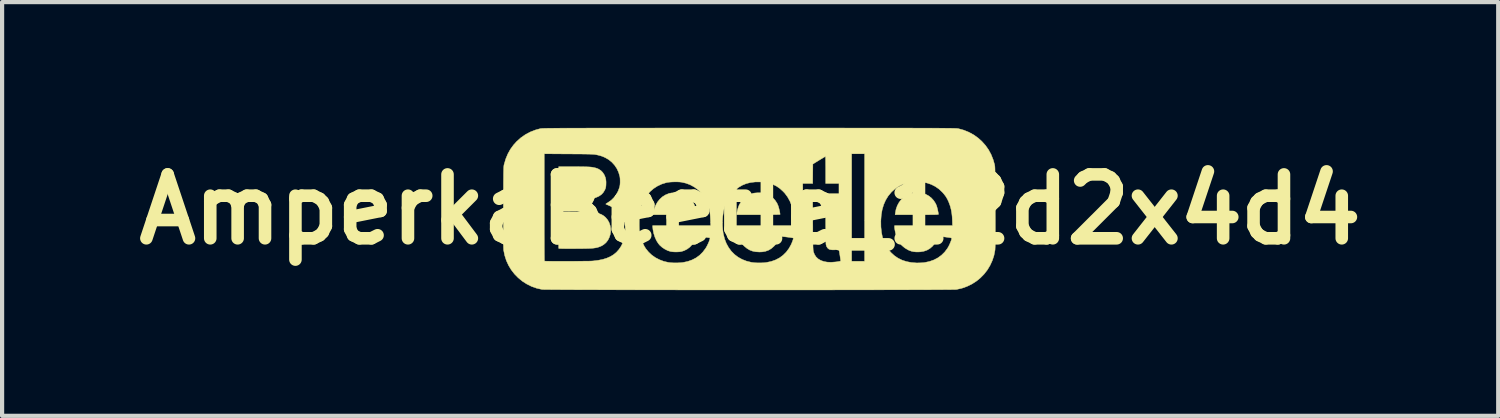
<source format=kicad_pcb>
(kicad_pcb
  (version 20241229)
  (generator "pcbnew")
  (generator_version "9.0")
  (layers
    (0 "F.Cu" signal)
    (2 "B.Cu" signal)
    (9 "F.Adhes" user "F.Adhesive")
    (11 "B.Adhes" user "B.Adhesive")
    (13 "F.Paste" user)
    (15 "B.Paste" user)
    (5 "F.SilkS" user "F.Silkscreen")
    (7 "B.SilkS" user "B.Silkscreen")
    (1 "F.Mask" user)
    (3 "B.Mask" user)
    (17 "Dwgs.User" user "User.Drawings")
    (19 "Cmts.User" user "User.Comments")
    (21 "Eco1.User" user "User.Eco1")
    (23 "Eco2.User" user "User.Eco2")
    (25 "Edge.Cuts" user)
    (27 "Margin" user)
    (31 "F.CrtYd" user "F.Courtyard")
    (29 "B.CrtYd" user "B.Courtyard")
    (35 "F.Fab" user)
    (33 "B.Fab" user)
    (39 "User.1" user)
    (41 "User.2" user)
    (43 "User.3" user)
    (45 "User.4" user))
  (footprint "AmperkaBeetle_12d2x4d4"
    (layer "F.Cu")
    (at 14.848 1.946)
    (property "Reference" "AmperkaBeetle_12d2x4d4" (at 0 0 0) (layer "F.SilkS") (effects (font (size 1.524 1.524) (thickness 0.3))))
    (attr through_hole)
    (fp_poly (pts (xy -1.717 -0.394) (xy -1.67 -0.388) (xy -1.652 -0.385) (xy -1.58 -0.36) (xy -1.512 -0.323) (xy -1.449 -0.274) (xy -1.395 -0.218) (xy -1.353 -0.155) (xy -1.347 -0.143) (xy -1.318 -0.074) (xy -1.296 0.003) (xy -1.282 0.081) (xy -1.282 0.081) (xy -1.276 0.127) (xy -2.312 0.127) (xy -2.306 0.085) (xy -2.287 -0.009) (xy -2.256 -0.095) (xy -2.212 -0.173) (xy -2.158 -0.241) (xy -2.095 -0.299) (xy -2.022 -0.345) (xy -1.942 -0.378) (xy -1.917 -0.385) (xy -1.877 -0.392) (xy -1.826 -0.396) (xy -1.771 -0.396) (xy -1.717 -0.394)) (stroke (width 0.01) (type solid)) (fill yes) (layer "F.SilkS"))
    (fp_poly (pts (xy 4.046 -0.395) (xy 4.09 -0.391) (xy 4.105 -0.388) (xy 4.183 -0.364) (xy 4.256 -0.325) (xy 4.321 -0.275) (xy 4.377 -0.214) (xy 4.423 -0.143) (xy 4.445 -0.095) (xy 4.453 -0.071) (xy 4.462 -0.038) (xy 4.472 0.001) (xy 4.48 0.04) (xy 4.487 0.076) (xy 4.492 0.104) (xy 4.493 0.115) (xy 4.491 0.118) (xy 4.485 0.12) (xy 4.475 0.121) (xy 4.458 0.123) (xy 4.434 0.124) (xy 4.402 0.125) (xy 4.361 0.126) (xy 4.309 0.126) (xy 4.245 0.127) (xy 4.169 0.127) (xy 4.079 0.127) (xy 3.976 0.127) (xy 3.459 0.127) (xy 3.464 0.085) (xy 3.481 -0.005) (xy 3.511 -0.09) (xy 3.553 -0.167) (xy 3.605 -0.235) (xy 3.666 -0.293) (xy 3.735 -0.34) (xy 3.811 -0.373) (xy 3.852 -0.385) (xy 3.891 -0.391) (xy 3.94 -0.395) (xy 3.994 -0.396) (xy 4.046 -0.395)) (stroke (width 0.01) (type solid)) (fill yes) (layer "F.SilkS"))
    (fp_poly (pts (xy 0.267 -0.395) (xy 0.312 -0.391) (xy 0.327 -0.388) (xy 0.403 -0.364) (xy 0.474 -0.326) (xy 0.539 -0.277) (xy 0.595 -0.217) (xy 0.64 -0.149) (xy 0.667 -0.089) (xy 0.677 -0.057) (xy 0.688 -0.018) (xy 0.698 0.023) (xy 0.706 0.063) (xy 0.712 0.097) (xy 0.714 0.12) (xy 0.714 0.12) (xy 0.707 0.121) (xy 0.684 0.122) (xy 0.649 0.123) (xy 0.601 0.124) (xy 0.543 0.125) (xy 0.475 0.126) (xy 0.398 0.126) (xy 0.315 0.127) (xy 0.227 0.127) (xy 0.198 0.127) (xy -0.318 0.127) (xy -0.317 0.101) (xy -0.314 0.069) (xy -0.306 0.028) (xy -0.294 -0.017) (xy -0.279 -0.062) (xy -0.263 -0.102) (xy -0.259 -0.111) (xy -0.214 -0.187) (xy -0.157 -0.253) (xy -0.092 -0.309) (xy -0.02 -0.352) (xy 0.058 -0.381) (xy 0.073 -0.385) (xy 0.113 -0.391) (xy 0.162 -0.395) (xy 0.216 -0.396) (xy 0.267 -0.395)) (stroke (width 0.01) (type solid)) (fill yes) (layer "F.SilkS"))
    (fp_poly (pts (xy -4.207 -1.019) (xy -4.115 -1.019) (xy -4.038 -1.018) (xy -3.974 -1.017) (xy -3.92 -1.016) (xy -3.876 -1.015) (xy -3.839 -1.013) (xy -3.808 -1.011) (xy -3.782 -1.008) (xy -3.762 -1.005) (xy -3.683 -0.988) (xy -3.617 -0.962) (xy -3.562 -0.927) (xy -3.517 -0.881) (xy -3.481 -0.825) (xy -3.476 -0.814) (xy -3.455 -0.763) (xy -3.443 -0.712) (xy -3.438 -0.655) (xy -3.439 -0.599) (xy -3.441 -0.56) (xy -3.445 -0.531) (xy -3.451 -0.506) (xy -3.461 -0.48) (xy -3.471 -0.459) (xy -3.505 -0.403) (xy -3.547 -0.357) (xy -3.601 -0.32) (xy -3.619 -0.31) (xy -3.657 -0.293) (xy -3.695 -0.279) (xy -3.737 -0.27) (xy -3.786 -0.262) (xy -3.847 -0.256) (xy -3.874 -0.254) (xy -3.916 -0.252) (xy -3.968 -0.25) (xy -4.026 -0.248) (xy -4.089 -0.247) (xy -4.155 -0.246) (xy -4.223 -0.246) (xy -4.289 -0.246) (xy -4.352 -0.246) (xy -4.411 -0.247) (xy -4.463 -0.248) (xy -4.507 -0.25) (xy -4.54 -0.252) (xy -4.561 -0.254) (xy -4.568 -0.256) (xy -4.569 -0.266) (xy -4.57 -0.29) (xy -4.57 -0.326) (xy -4.57 -0.374) (xy -4.571 -0.431) (xy -4.571 -0.497) (xy -4.57 -0.568) (xy -4.57 -0.643) (xy -4.568 -1.02) (xy -4.207 -1.019)) (stroke (width 0.01) (type solid)) (fill yes) (layer "F.SilkS"))
    (fp_poly (pts (xy -4.165 0.058) (xy -4.074 0.059) (xy -3.996 0.059) (xy -3.932 0.06) (xy -3.879 0.061) (xy -3.835 0.062) (xy -3.8 0.064) (xy -3.771 0.065) (xy -3.747 0.067) (xy -3.727 0.07) (xy -3.708 0.073) (xy -3.69 0.076) (xy -3.679 0.079) (xy -3.608 0.098) (xy -3.55 0.121) (xy -3.5 0.15) (xy -3.455 0.187) (xy -3.447 0.195) (xy -3.398 0.254) (xy -3.363 0.319) (xy -3.34 0.388) (xy -3.328 0.46) (xy -3.328 0.533) (xy -3.34 0.605) (xy -3.363 0.673) (xy -3.396 0.737) (xy -3.44 0.793) (xy -3.495 0.84) (xy -3.544 0.87) (xy -3.591 0.89) (xy -3.637 0.906) (xy -3.687 0.917) (xy -3.745 0.925) (xy -3.794 0.929) (xy -3.823 0.93) (xy -3.862 0.932) (xy -3.912 0.933) (xy -3.968 0.934) (xy -4.031 0.935) (xy -4.098 0.935) (xy -4.166 0.936) (xy -4.235 0.936) (xy -4.302 0.936) (xy -4.365 0.936) (xy -4.423 0.936) (xy -4.474 0.935) (xy -4.515 0.934) (xy -4.546 0.933) (xy -4.563 0.932) (xy -4.567 0.931) (xy -4.568 0.923) (xy -4.569 0.899) (xy -4.569 0.863) (xy -4.57 0.816) (xy -4.571 0.758) (xy -4.571 0.692) (xy -4.572 0.619) (xy -4.572 0.54) (xy -4.572 0.49) (xy -4.572 0.054) (xy -4.165 0.058)) (stroke (width 0.01) (type solid)) (fill yes) (layer "F.SilkS"))
    (fp_poly (pts (xy 0.315 -1.941) (xy 0.635 -1.941) (xy 0.939 -1.941) (xy 1.229 -1.941) (xy 1.504 -1.941) (xy 1.765 -1.941) (xy 2.013 -1.941) (xy 2.247 -1.941) (xy 2.469 -1.94) (xy 2.678 -1.94) (xy 2.874 -1.94) (xy 3.059 -1.94) (xy 3.233 -1.94) (xy 3.395 -1.94) (xy 3.547 -1.94) (xy 3.689 -1.94) (xy 3.82 -1.94) (xy 3.942 -1.939) (xy 4.055 -1.939) (xy 4.159 -1.939) (xy 4.255 -1.939) (xy 4.342 -1.938) (xy 4.422 -1.938) (xy 4.495 -1.938) (xy 4.56 -1.937) (xy 4.619 -1.937) (xy 4.672 -1.936) (xy 4.719 -1.936) (xy 4.76 -1.935) (xy 4.797 -1.935) (xy 4.828 -1.934) (xy 4.856 -1.934) (xy 4.879 -1.933) (xy 4.899 -1.932) (xy 4.915 -1.932) (xy 4.929 -1.931) (xy 4.94 -1.93) (xy 4.949 -1.929) (xy 4.956 -1.928) (xy 4.962 -1.928) (xy 4.966 -1.927) (xy 5.097 -1.891) (xy 5.22 -1.841) (xy 5.336 -1.777) (xy 5.443 -1.7) (xy 5.528 -1.623) (xy 5.615 -1.526) (xy 5.688 -1.422) (xy 5.749 -1.309) (xy 5.798 -1.186) (xy 5.831 -1.07) (xy 5.833 -1.06) (xy 5.835 -1.049) (xy 5.837 -1.035) (xy 5.839 -1.019) (xy 5.84 -0.998) (xy 5.841 -0.972) (xy 5.842 -0.94) (xy 5.843 -0.902) (xy 5.844 -0.856) (xy 5.844 -0.801) (xy 5.845 -0.737) (xy 5.846 -0.662) (xy 5.846 -0.577) (xy 5.847 -0.479) (xy 5.847 -0.369) (xy 5.847 -0.244) (xy 5.848 -0.105) (xy 5.848 -0.052) (xy 5.848 0.112) (xy 5.849 0.261) (xy 5.849 0.394) (xy 5.849 0.513) (xy 5.848 0.617) (xy 5.848 0.707) (xy 5.847 0.784) (xy 5.847 0.847) (xy 5.846 0.897) (xy 5.844 0.935) (xy 5.843 0.961) (xy 5.842 0.972) (xy 5.817 1.1) (xy 5.777 1.221) (xy 5.724 1.336) (xy 5.659 1.444) (xy 5.582 1.543) (xy 5.494 1.633) (xy 5.397 1.712) (xy 5.291 1.78) (xy 5.177 1.836) (xy 5.055 1.88) (xy 4.928 1.909) (xy 4.922 1.91) (xy 4.909 1.911) (xy 4.881 1.911) (xy 4.838 1.912) (xy 4.781 1.913) (xy 4.71 1.913) (xy 4.626 1.914) (xy 4.529 1.915) (xy 4.42 1.915) (xy 4.3 1.916) (xy 4.168 1.916) (xy 4.026 1.917) (xy 3.873 1.917) (xy 3.711 1.918) (xy 3.54 1.918) (xy 3.361 1.918) (xy 3.173 1.919) (xy 2.978 1.919) (xy 2.776 1.92) (xy 2.568 1.92) (xy 2.354 1.92) (xy 2.135 1.92) (xy 1.911 1.921) (xy 1.682 1.921) (xy 1.45 1.921) (xy 1.214 1.921) (xy 0.976 1.921) (xy 0.736 1.921) (xy 0.494 1.921) (xy 0.251 1.921) (xy 0.007 1.921) (xy -0.237 1.921) (xy -0.48 1.921) (xy -0.722 1.921) (xy -0.963 1.921) (xy -1.202 1.921) (xy -1.438 1.921) (xy -1.671 1.921) (xy -1.901 1.92) (xy -2.126 1.92) (xy -2.347 1.92) (xy -2.562 1.92) (xy -2.772 1.919) (xy -2.975 1.919) (xy -3.172 1.919) (xy -3.362 1.918) (xy -3.543 1.918) (xy -3.716 1.917) (xy -3.881 1.917) (xy -4.035 1.916) (xy -4.18 1.916) (xy -4.315 1.915) (xy -4.438 1.915) (xy -4.55 1.914) (xy -4.65 1.914) (xy -4.738 1.913) (xy -4.812 1.912) (xy -4.872 1.912) (xy -4.919 1.911) (xy -4.951 1.91) (xy -4.967 1.909) (xy -4.969 1.909) (xy -5.096 1.88) (xy -5.217 1.837) (xy -5.331 1.78) (xy -5.437 1.712) (xy -5.534 1.632) (xy -5.622 1.542) (xy -5.699 1.443) (xy -5.764 1.336) (xy -5.817 1.221) (xy -5.856 1.099) (xy -5.882 0.972) (xy -5.883 0.955) (xy -5.884 0.926) (xy -5.886 0.885) (xy -5.886 0.831) (xy -5.887 0.764) (xy -5.888 0.684) (xy -5.888 0.59) (xy -5.888 0.482) (xy -5.888 0.359) (xy -5.888 0.222) (xy -5.888 0.069) (xy -5.888 -0.049) (xy -4.913 -0.049) (xy -4.913 0.092) (xy -4.913 0.229) (xy -4.913 0.36) (xy -4.913 0.486) (xy -4.913 0.605) (xy -4.912 0.716) (xy -4.912 0.819) (xy -4.912 0.912) (xy -4.911 0.995) (xy -4.911 1.067) (xy -4.91 1.128) (xy -4.91 1.175) (xy -4.909 1.209) (xy -4.908 1.228) (xy -4.908 1.233) (xy -4.899 1.234) (xy -4.876 1.235) (xy -4.84 1.236) (xy -4.792 1.237) (xy -4.735 1.237) (xy -4.67 1.238) (xy -4.598 1.238) (xy -4.52 1.238) (xy -4.439 1.238) (xy -4.357 1.238) (xy -4.273 1.238) (xy -4.19 1.237) (xy -4.11 1.237) (xy -4.034 1.236) (xy -3.964 1.235) (xy -3.901 1.235) (xy -3.846 1.234) (xy -3.801 1.233) (xy -3.768 1.231) (xy -3.75 1.23) (xy -3.627 1.215) (xy -3.517 1.193) (xy -3.42 1.163) (xy -3.333 1.125) (xy -3.258 1.079) (xy -3.191 1.024) (xy -3.132 0.958) (xy -3.081 0.883) (xy -3.076 0.874) (xy -3.034 0.789) (xy -3.003 0.696) (xy -2.984 0.599) (xy -2.977 0.501) (xy -2.982 0.406) (xy -2.998 0.321) (xy -2.647 0.321) (xy -2.647 0.384) (xy -2.646 0.433) (xy -2.645 0.472) (xy -2.643 0.504) (xy -2.64 0.532) (xy -2.636 0.557) (xy -2.631 0.584) (xy -2.629 0.593) (xy -2.601 0.7) (xy -2.567 0.794) (xy -2.527 0.877) (xy -2.491 0.935) (xy -2.425 1.016) (xy -2.348 1.089) (xy -2.26 1.151) (xy -2.163 1.201) (xy -2.06 1.24) (xy -1.951 1.265) (xy -1.945 1.266) (xy -1.884 1.273) (xy -1.815 1.276) (xy -1.741 1.276) (xy -1.671 1.273) (xy -1.609 1.267) (xy -1.603 1.266) (xy -1.489 1.242) (xy -1.385 1.205) (xy -1.29 1.156) (xy -1.205 1.094) (xy -1.13 1.019) (xy -1.064 0.932) (xy -1.062 0.929) (xy -1.04 0.892) (xy -1.019 0.852) (xy -1 0.811) (xy -0.983 0.771) (xy -0.97 0.735) (xy -0.962 0.707) (xy -0.959 0.687) (xy -0.963 0.679) (xy -0.974 0.676) (xy -0.998 0.673) (xy -1.032 0.669) (xy -1.072 0.664) (xy -1.115 0.659) (xy -1.158 0.654) (xy -1.198 0.649) (xy -1.231 0.646) (xy -1.255 0.644) (xy -1.266 0.643) (xy -1.281 0.646) (xy -1.286 0.653) (xy -1.29 0.669) (xy -1.301 0.694) (xy -1.316 0.726) (xy -1.335 0.761) (xy -1.355 0.795) (xy -1.375 0.825) (xy -1.385 0.84) (xy -1.439 0.899) (xy -1.505 0.948) (xy -1.578 0.985) (xy -1.64 1.004) (xy -1.681 1.011) (xy -1.732 1.014) (xy -1.787 1.015) (xy -1.841 1.012) (xy -1.887 1.006) (xy -1.896 1.005) (xy -1.966 0.983) (xy -2.035 0.948) (xy -2.101 0.904) (xy -2.158 0.853) (xy -2.193 0.811) (xy -2.236 0.742) (xy -2.272 0.662) (xy -2.3 0.575) (xy -2.318 0.486) (xy -2.322 0.449) (xy -2.328 0.389) (xy -0.942 0.389) (xy -0.945 0.306) (xy -0.661 0.306) (xy -0.66 0.395) (xy -0.654 0.483) (xy -0.644 0.563) (xy -0.639 0.588) (xy -0.61 0.705) (xy -0.568 0.813) (xy -0.514 0.911) (xy -0.449 0.999) (xy -0.372 1.076) (xy -0.286 1.141) (xy -0.19 1.194) (xy -0.084 1.235) (xy 0.03 1.263) (xy 0.051 1.266) (xy 0.109 1.273) (xy 0.176 1.276) (xy 0.247 1.276) (xy 0.316 1.274) (xy 0.377 1.268) (xy 0.389 1.266) (xy 0.503 1.242) (xy 0.607 1.205) (xy 0.701 1.156) (xy 0.785 1.094) (xy 0.86 1.02) (xy 0.925 0.933) (xy 0.97 0.853) (xy 0.986 0.82) (xy 1.001 0.783) (xy 1.015 0.747) (xy 1.025 0.716) (xy 1.031 0.694) (xy 1.032 0.688) (xy 1.027 0.684) (xy 1.012 0.679) (xy 0.984 0.674) (xy 0.944 0.668) (xy 0.89 0.661) (xy 0.872 0.659) (xy 0.817 0.652) (xy 0.775 0.648) (xy 0.746 0.645) (xy 0.727 0.645) (xy 0.715 0.646) (xy 0.709 0.649) (xy 0.708 0.651) (xy 0.703 0.662) (xy 0.692 0.685) (xy 0.678 0.714) (xy 0.664 0.742) (xy 0.641 0.786) (xy 0.618 0.82) (xy 0.592 0.853) (xy 0.564 0.882) (xy 0.503 0.935) (xy 0.439 0.973) (xy 0.368 0.999) (xy 0.29 1.013) (xy 0.225 1.016) (xy 0.137 1.011) (xy 0.06 0.996) (xy -0.01 0.97) (xy -0.075 0.931) (xy -0.138 0.879) (xy -0.152 0.865) (xy -0.185 0.832) (xy -0.209 0.804) (xy -0.228 0.776) (xy -0.246 0.744) (xy -0.257 0.722) (xy -0.296 0.624) (xy -0.322 0.517) (xy -0.332 0.45) (xy -0.338 0.389) (xy 1.048 0.389) (xy 1.048 0.302) (xy 1.042 0.163) (xy 1.023 0.034) (xy 0.992 -0.086) (xy 0.949 -0.196) (xy 0.893 -0.297) (xy 0.826 -0.387) (xy 0.786 -0.429) (xy 0.709 -0.499) (xy 0.629 -0.554) (xy 0.543 -0.597) (xy 0.477 -0.619) (xy 1.254 -0.619) (xy 1.258 -0.377) (xy 1.375 -0.375) (xy 1.491 -0.373) (xy 1.494 0.296) (xy 1.495 0.417) (xy 1.495 0.524) (xy 1.496 0.616) (xy 1.497 0.696) (xy 1.497 0.764) (xy 1.498 0.822) (xy 1.499 0.869) (xy 1.5 0.908) (xy 1.502 0.939) (xy 1.503 0.963) (xy 1.505 0.982) (xy 1.507 0.996) (xy 1.509 1.006) (xy 1.509 1.008) (xy 1.535 1.076) (xy 1.573 1.134) (xy 1.623 1.181) (xy 1.684 1.217) (xy 1.756 1.243) (xy 1.838 1.258) (xy 1.931 1.262) (xy 2.035 1.254) (xy 2.07 1.25) (xy 2.105 1.244) (xy 2.134 1.239) (xy 2.153 1.236) (xy 2.159 1.234) (xy 2.159 1.226) (xy 2.157 1.205) (xy 2.153 1.175) (xy 2.148 1.139) (xy 2.142 1.099) (xy 2.136 1.058) (xy 2.13 1.021) (xy 2.124 0.989) (xy 2.12 0.967) (xy 2.117 0.956) (xy 2.117 0.956) (xy 2.109 0.956) (xy 2.089 0.958) (xy 2.062 0.961) (xy 2.056 0.962) (xy 2.003 0.966) (xy 1.953 0.965) (xy 1.911 0.959) (xy 1.881 0.949) (xy 1.849 0.923) (xy 1.824 0.886) (xy 1.81 0.839) (xy 1.81 0.836) (xy 1.808 0.82) (xy 1.807 0.789) (xy 1.806 0.745) (xy 1.805 0.689) (xy 1.804 0.621) (xy 1.803 0.544) (xy 1.803 0.458) (xy 1.802 0.364) (xy 1.802 0.265) (xy 1.802 0.208) (xy 1.802 -0.373) (xy 2.119 -0.373) (xy 2.119 -0.619) (xy 1.802 -0.619) (xy 1.802 -0.941) (xy 1.802 -1.01) (xy 1.801 -1.075) (xy 1.801 -1.132) (xy 1.8 -1.181) (xy 1.799 -1.22) (xy 1.798 -1.247) (xy 1.796 -1.261) (xy 1.796 -1.262) (xy 1.788 -1.258) (xy 1.768 -1.247) (xy 1.739 -1.23) (xy 1.702 -1.208) (xy 1.66 -1.183) (xy 1.643 -1.172) (xy 1.496 -1.082) (xy 1.492 -0.619) (xy 1.254 -0.619) (xy 0.477 -0.619) (xy 0.451 -0.628) (xy 0.349 -0.647) (xy 0.238 -0.656) (xy 0.119 -0.655) (xy 0.01 -0.642) (xy -0.09 -0.617) (xy -0.184 -0.579) (xy -0.272 -0.528) (xy -0.355 -0.463) (xy -0.391 -0.43) (xy -0.462 -0.352) (xy -0.522 -0.266) (xy -0.571 -0.173) (xy -0.609 -0.07) (xy -0.636 0.043) (xy -0.654 0.168) (xy -0.658 0.221) (xy -0.661 0.306) (xy -0.945 0.306) (xy -0.947 0.248) (xy -0.952 0.16) (xy -0.959 0.084) (xy -0.971 0.014) (xy -0.988 -0.054) (xy -1.005 -0.108) (xy -1.048 -0.214) (xy -1.104 -0.31) (xy -1.171 -0.396) (xy -1.249 -0.472) (xy -1.336 -0.536) (xy -1.432 -0.588) (xy -1.535 -0.626) (xy -1.645 -0.651) (xy -1.651 -0.651) (xy -1.694 -0.655) (xy -1.747 -0.657) (xy -1.805 -0.657) (xy -1.865 -0.655) (xy -1.921 -0.651) (xy -1.97 -0.645) (xy -2 -0.639) (xy -2.11 -0.605) (xy -2.212 -0.557) (xy -2.305 -0.497) (xy -2.389 -0.424) (xy -2.462 -0.341) (xy -2.523 -0.248) (xy -2.572 -0.144) (xy -2.588 -0.101) (xy -2.605 -0.047) (xy -2.619 0.001) (xy -2.629 0.045) (xy -2.637 0.091) (xy -2.642 0.139) (xy -2.645 0.195) (xy -2.646 0.261) (xy -2.647 0.321) (xy -2.998 0.321) (xy -2.999 0.315) (xy -3.008 0.286) (xy -3.043 0.2) (xy -3.089 0.125) (xy -3.148 0.056) (xy -3.165 0.039) (xy -3.235 -0.02) (xy -3.309 -0.066) (xy -3.387 -0.101) (xy -3.414 -0.112) (xy -3.435 -0.121) (xy -3.444 -0.127) (xy -3.445 -0.128) (xy -3.438 -0.134) (xy -3.422 -0.146) (xy -3.398 -0.16) (xy -3.392 -0.164) (xy -3.316 -0.217) (xy -3.249 -0.283) (xy -3.192 -0.358) (xy -3.148 -0.441) (xy -3.116 -0.53) (xy -3.111 -0.552) (xy -3.105 -0.59) (xy -3.102 -0.637) (xy -3.102 -0.689) (xy -3.104 -0.739) (xy -3.109 -0.781) (xy -3.111 -0.79) (xy -3.139 -0.885) (xy -3.18 -0.974) (xy -3.234 -1.055) (xy -3.3 -1.127) (xy -3.375 -1.188) (xy -3.46 -1.237) (xy -3.463 -1.238) (xy -3.51 -1.259) (xy -3.554 -1.275) (xy -3.602 -1.289) (xy -3.658 -1.302) (xy -3.683 -1.307) (xy -3.698 -1.309) (xy -3.715 -1.312) (xy -3.735 -1.314) (xy -3.761 -1.315) (xy -3.792 -1.317) (xy -3.83 -1.318) (xy -3.876 -1.319) (xy -3.932 -1.32) (xy -3.998 -1.321) (xy -4.076 -1.322) (xy -4.167 -1.322) (xy -4.272 -1.323) (xy -4.332 -1.323) (xy -4.734 -1.326) (xy 2.421 -1.326) (xy 2.421 1.238) (xy 2.731 1.238) (xy 2.731 0.268) (xy 3.118 0.268) (xy 3.12 0.413) (xy 3.121 0.427) (xy 3.134 0.552) (xy 3.157 0.665) (xy 3.191 0.769) (xy 3.236 0.863) (xy 3.292 0.95) (xy 3.361 1.031) (xy 3.441 1.104) (xy 3.529 1.164) (xy 3.625 1.211) (xy 3.73 1.245) (xy 3.844 1.267) (xy 3.967 1.277) (xy 3.993 1.277) (xy 4.041 1.276) (xy 4.092 1.274) (xy 4.14 1.27) (xy 4.169 1.266) (xy 4.281 1.242) (xy 4.385 1.205) (xy 4.48 1.155) (xy 4.566 1.092) (xy 4.642 1.017) (xy 4.707 0.931) (xy 4.726 0.899) (xy 4.741 0.871) (xy 4.758 0.836) (xy 4.774 0.798) (xy 4.789 0.761) (xy 4.801 0.728) (xy 4.808 0.703) (xy 4.81 0.693) (xy 4.809 0.687) (xy 4.803 0.683) (xy 4.791 0.679) (xy 4.77 0.674) (xy 4.738 0.67) (xy 4.695 0.664) (xy 4.665 0.66) (xy 4.607 0.653) (xy 4.563 0.648) (xy 4.531 0.645) (xy 4.509 0.644) (xy 4.495 0.644) (xy 4.488 0.646) (xy 4.485 0.649) (xy 4.485 0.651) (xy 4.481 0.662) (xy 4.473 0.683) (xy 4.46 0.711) (xy 4.453 0.725) (xy 4.406 0.807) (xy 4.353 0.876) (xy 4.291 0.93) (xy 4.222 0.971) (xy 4.145 0.998) (xy 4.059 1.013) (xy 4.031 1.014) (xy 3.961 1.015) (xy 3.901 1.009) (xy 3.846 0.997) (xy 3.792 0.977) (xy 3.766 0.965) (xy 3.688 0.918) (xy 3.619 0.86) (xy 3.562 0.79) (xy 3.516 0.709) (xy 3.499 0.67) (xy 3.485 0.63) (xy 3.472 0.582) (xy 3.461 0.532) (xy 3.452 0.483) (xy 3.446 0.442) (xy 3.445 0.42) (xy 3.445 0.389) (xy 4.828 0.389) (xy 4.824 0.26) (xy 4.819 0.168) (xy 4.81 0.087) (xy 4.797 0.013) (xy 4.779 -0.059) (xy 4.765 -0.103) (xy 4.735 -0.183) (xy 4.702 -0.252) (xy 4.664 -0.315) (xy 4.617 -0.375) (xy 4.586 -0.41) (xy 4.505 -0.486) (xy 4.416 -0.548) (xy 4.321 -0.596) (xy 4.217 -0.631) (xy 4.106 -0.651) (xy 3.987 -0.659) (xy 3.981 -0.659) (xy 3.86 -0.652) (xy 3.748 -0.633) (xy 3.644 -0.6) (xy 3.548 -0.553) (xy 3.458 -0.492) (xy 3.375 -0.418) (xy 3.362 -0.404) (xy 3.291 -0.317) (xy 3.232 -0.22) (xy 3.185 -0.113) (xy 3.15 0.004) (xy 3.128 0.131) (xy 3.118 0.268) (xy 2.731 0.268) (xy 2.731 -1.326) (xy 2.421 -1.326) (xy -4.734 -1.326) (xy -4.913 -1.327) (xy -4.913 -0.049) (xy -5.888 -0.049) (xy -5.888 -0.052) (xy -5.887 -0.196) (xy -5.887 -0.326) (xy -5.886 -0.441) (xy -5.886 -0.543) (xy -5.886 -0.633) (xy -5.885 -0.711) (xy -5.884 -0.779) (xy -5.884 -0.837) (xy -5.883 -0.886) (xy -5.882 -0.927) (xy -5.881 -0.961) (xy -5.88 -0.989) (xy -5.879 -1.012) (xy -5.877 -1.03) (xy -5.876 -1.044) (xy -5.874 -1.056) (xy -5.872 -1.066) (xy -5.871 -1.07) (xy -5.832 -1.202) (xy -5.782 -1.323) (xy -5.72 -1.435) (xy -5.645 -1.538) (xy -5.568 -1.623) (xy -5.469 -1.711) (xy -5.361 -1.786) (xy -5.244 -1.848) (xy -5.12 -1.896) (xy -5.006 -1.927) (xy -5.001 -1.928) (xy -4.995 -1.929) (xy -4.988 -1.929) (xy -4.979 -1.93) (xy -4.967 -1.931) (xy -4.954 -1.932) (xy -4.937 -1.932) (xy -4.917 -1.933) (xy -4.893 -1.934) (xy -4.866 -1.934) (xy -4.834 -1.935) (xy -4.797 -1.935) (xy -4.755 -1.936) (xy -4.707 -1.936) (xy -4.654 -1.937) (xy -4.595 -1.937) (xy -4.528 -1.938) (xy -4.455 -1.938) (xy -4.375 -1.938) (xy -4.287 -1.939) (xy -4.19 -1.939) (xy -4.086 -1.939) (xy -3.972 -1.939) (xy -3.849 -1.94) (xy -3.717 -1.94) (xy -3.574 -1.94) (xy -3.422 -1.94) (xy -3.258 -1.94) (xy -3.084 -1.94) (xy -2.898 -1.94) (xy -2.7 -1.94) (xy -2.49 -1.94) (xy -2.267 -1.941) (xy -2.032 -1.941) (xy -1.783 -1.941) (xy -1.521 -1.941) (xy -1.244 -1.941) (xy -0.954 -1.941) (xy -0.648 -1.941) (xy -0.327 -1.941) (xy -0.02 -1.941) (xy 0.315 -1.941)) (stroke (width 0.01) (type solid)) (fill yes) (layer "F.SilkS")))
  (gr_rect
    (start -3 -3)
    (end 32.696 6.872)
    (stroke (width 0.1) (type default))
    (fill no)
    (layer "Edge.Cuts")))
</source>
